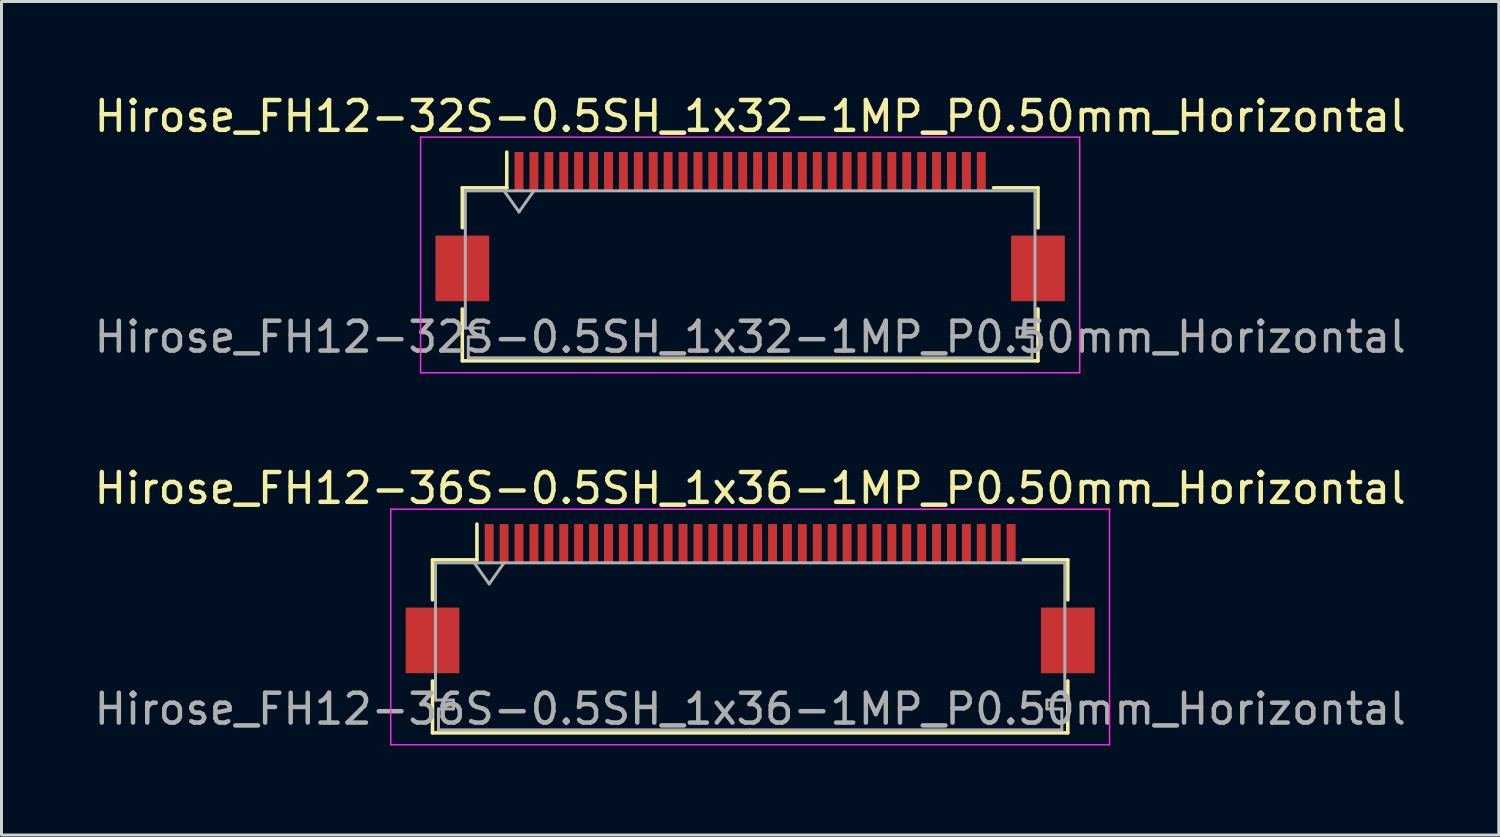
<source format=kicad_pcb>
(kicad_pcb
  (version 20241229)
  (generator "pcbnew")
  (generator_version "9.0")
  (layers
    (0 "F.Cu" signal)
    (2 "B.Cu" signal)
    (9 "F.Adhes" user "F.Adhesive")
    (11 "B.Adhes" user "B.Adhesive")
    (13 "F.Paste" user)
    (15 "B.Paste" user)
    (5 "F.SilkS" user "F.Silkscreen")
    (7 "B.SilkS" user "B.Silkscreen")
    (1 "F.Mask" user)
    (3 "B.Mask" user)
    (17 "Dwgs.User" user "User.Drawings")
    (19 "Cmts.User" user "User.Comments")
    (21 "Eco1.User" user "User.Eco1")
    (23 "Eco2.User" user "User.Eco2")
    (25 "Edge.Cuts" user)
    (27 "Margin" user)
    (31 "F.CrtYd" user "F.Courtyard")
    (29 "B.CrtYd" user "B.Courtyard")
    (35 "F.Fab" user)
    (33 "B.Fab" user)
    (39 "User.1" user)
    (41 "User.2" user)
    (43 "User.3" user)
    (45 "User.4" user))
  (footprint "Hirose_FH12-32S-0.5SH_1x32-1MP_P0.50mm_Horizontal"
    (layer "F.Cu")
    (at 22.101 4.548)
    (property "Reference" "Hirose_FH12-32S-0.5SH_1x32-1MP_P0.50mm_Horizontal" (at 0 -3.7 0) (layer "F.SilkS") (effects (font (size 1 1) (thickness 0.15))))
    (attr smd)
    (fp_line (start -9.65 -1.3) (end -9.65 0.04) (stroke (width 0.12) (type solid)) (layer "F.SilkS"))
    (fp_line (start -9.65 2.76) (end -9.65 4.5) (stroke (width 0.12) (type solid)) (layer "F.SilkS"))
    (fp_line (start -9.65 4.5) (end 9.65 4.5) (stroke (width 0.12) (type solid)) (layer "F.SilkS"))
    (fp_line (start -8.16 -1.3) (end -9.65 -1.3) (stroke (width 0.12) (type solid)) (layer "F.SilkS"))
    (fp_line (start -8.16 -1.3) (end -8.16 -2.5) (stroke (width 0.12) (type solid)) (layer "F.SilkS"))
    (fp_line (start 8.16 -1.3) (end 9.65 -1.3) (stroke (width 0.12) (type solid)) (layer "F.SilkS"))
    (fp_line (start 9.65 -1.3) (end 9.65 0.04) (stroke (width 0.12) (type solid)) (layer "F.SilkS"))
    (fp_line (start 9.65 4.5) (end 9.65 2.76) (stroke (width 0.12) (type solid)) (layer "F.SilkS"))
    (fp_line (start -11.05 -3) (end -11.05 4.9) (stroke (width 0.05) (type solid)) (layer "F.CrtYd"))
    (fp_line (start -11.05 4.9) (end 11.05 4.9) (stroke (width 0.05) (type solid)) (layer "F.CrtYd"))
    (fp_line (start 11.05 -3) (end -11.05 -3) (stroke (width 0.05) (type solid)) (layer "F.CrtYd"))
    (fp_line (start 11.05 4.9) (end 11.05 -3) (stroke (width 0.05) (type solid)) (layer "F.CrtYd"))
    (fp_line (start -9.55 -1.2) (end -9.55 3.4) (stroke (width 0.1) (type solid)) (layer "F.Fab"))
    (fp_line (start -9.55 3.4) (end -8.95 3.4) (stroke (width 0.1) (type solid)) (layer "F.Fab"))
    (fp_line (start -9.45 3.7) (end -9.45 4.4) (stroke (width 0.1) (type solid)) (layer "F.Fab"))
    (fp_line (start -9.45 4.4) (end 0 4.4) (stroke (width 0.1) (type solid)) (layer "F.Fab"))
    (fp_line (start -8.95 3.4) (end -8.95 3.7) (stroke (width 0.1) (type solid)) (layer "F.Fab"))
    (fp_line (start -8.95 3.7) (end -9.45 3.7) (stroke (width 0.1) (type solid)) (layer "F.Fab"))
    (fp_line (start -8.25 -1.2) (end -7.75 -0.493) (stroke (width 0.1) (type solid)) (layer "F.Fab"))
    (fp_line (start -7.75 -0.493) (end -7.25 -1.2) (stroke (width 0.1) (type solid)) (layer "F.Fab"))
    (fp_line (start 0 -1.2) (end -9.55 -1.2) (stroke (width 0.1) (type solid)) (layer "F.Fab"))
    (fp_line (start 0 -1.2) (end 9.55 -1.2) (stroke (width 0.1) (type solid)) (layer "F.Fab"))
    (fp_line (start 8.95 3.4) (end 8.95 3.7) (stroke (width 0.1) (type solid)) (layer "F.Fab"))
    (fp_line (start 8.95 3.7) (end 9.45 3.7) (stroke (width 0.1) (type solid)) (layer "F.Fab"))
    (fp_line (start 9.45 3.7) (end 9.45 4.4) (stroke (width 0.1) (type solid)) (layer "F.Fab"))
    (fp_line (start 9.45 4.4) (end 0 4.4) (stroke (width 0.1) (type solid)) (layer "F.Fab"))
    (fp_line (start 9.55 -1.2) (end 9.55 3.4) (stroke (width 0.1) (type solid)) (layer "F.Fab"))
    (fp_line (start 9.55 3.4) (end 8.95 3.4) (stroke (width 0.1) (type solid)) (layer "F.Fab"))
    (fp_text user "${REFERENCE}" (at 0 3.7 0) (layer "F.Fab") (effects (font (size 1 1) (thickness 0.15))))
    (pad "1" smd rect (at -7.75 -1.85) (size 0.3 1.3) (layers "F.Cu" "F.Mask" "F.Paste"))
    (pad "2" smd rect (at -7.25 -1.85) (size 0.3 1.3) (layers "F.Cu" "F.Mask" "F.Paste"))
    (pad "3" smd rect (at -6.75 -1.85) (size 0.3 1.3) (layers "F.Cu" "F.Mask" "F.Paste"))
    (pad "4" smd rect (at -6.25 -1.85) (size 0.3 1.3) (layers "F.Cu" "F.Mask" "F.Paste"))
    (pad "5" smd rect (at -5.75 -1.85) (size 0.3 1.3) (layers "F.Cu" "F.Mask" "F.Paste"))
    (pad "6" smd rect (at -5.25 -1.85) (size 0.3 1.3) (layers "F.Cu" "F.Mask" "F.Paste"))
    (pad "7" smd rect (at -4.75 -1.85) (size 0.3 1.3) (layers "F.Cu" "F.Mask" "F.Paste"))
    (pad "8" smd rect (at -4.25 -1.85) (size 0.3 1.3) (layers "F.Cu" "F.Mask" "F.Paste"))
    (pad "9" smd rect (at -3.75 -1.85) (size 0.3 1.3) (layers "F.Cu" "F.Mask" "F.Paste"))
    (pad "10" smd rect (at -3.25 -1.85) (size 0.3 1.3) (layers "F.Cu" "F.Mask" "F.Paste"))
    (pad "11" smd rect (at -2.75 -1.85) (size 0.3 1.3) (layers "F.Cu" "F.Mask" "F.Paste"))
    (pad "12" smd rect (at -2.25 -1.85) (size 0.3 1.3) (layers "F.Cu" "F.Mask" "F.Paste"))
    (pad "13" smd rect (at -1.75 -1.85) (size 0.3 1.3) (layers "F.Cu" "F.Mask" "F.Paste"))
    (pad "14" smd rect (at -1.25 -1.85) (size 0.3 1.3) (layers "F.Cu" "F.Mask" "F.Paste"))
    (pad "15" smd rect (at -0.75 -1.85) (size 0.3 1.3) (layers "F.Cu" "F.Mask" "F.Paste"))
    (pad "16" smd rect (at -0.25 -1.85) (size 0.3 1.3) (layers "F.Cu" "F.Mask" "F.Paste"))
    (pad "17" smd rect (at 0.25 -1.85) (size 0.3 1.3) (layers "F.Cu" "F.Mask" "F.Paste"))
    (pad "18" smd rect (at 0.75 -1.85) (size 0.3 1.3) (layers "F.Cu" "F.Mask" "F.Paste"))
    (pad "19" smd rect (at 1.25 -1.85) (size 0.3 1.3) (layers "F.Cu" "F.Mask" "F.Paste"))
    (pad "20" smd rect (at 1.75 -1.85) (size 0.3 1.3) (layers "F.Cu" "F.Mask" "F.Paste"))
    (pad "21" smd rect (at 2.25 -1.85) (size 0.3 1.3) (layers "F.Cu" "F.Mask" "F.Paste"))
    (pad "22" smd rect (at 2.75 -1.85) (size 0.3 1.3) (layers "F.Cu" "F.Mask" "F.Paste"))
    (pad "23" smd rect (at 3.25 -1.85) (size 0.3 1.3) (layers "F.Cu" "F.Mask" "F.Paste"))
    (pad "24" smd rect (at 3.75 -1.85) (size 0.3 1.3) (layers "F.Cu" "F.Mask" "F.Paste"))
    (pad "25" smd rect (at 4.25 -1.85) (size 0.3 1.3) (layers "F.Cu" "F.Mask" "F.Paste"))
    (pad "26" smd rect (at 4.75 -1.85) (size 0.3 1.3) (layers "F.Cu" "F.Mask" "F.Paste"))
    (pad "27" smd rect (at 5.25 -1.85) (size 0.3 1.3) (layers "F.Cu" "F.Mask" "F.Paste"))
    (pad "28" smd rect (at 5.75 -1.85) (size 0.3 1.3) (layers "F.Cu" "F.Mask" "F.Paste"))
    (pad "29" smd rect (at 6.25 -1.85) (size 0.3 1.3) (layers "F.Cu" "F.Mask" "F.Paste"))
    (pad "30" smd rect (at 6.75 -1.85) (size 0.3 1.3) (layers "F.Cu" "F.Mask" "F.Paste"))
    (pad "31" smd rect (at 7.25 -1.85) (size 0.3 1.3) (layers "F.Cu" "F.Mask" "F.Paste"))
    (pad "32" smd rect (at 7.75 -1.85) (size 0.3 1.3) (layers "F.Cu" "F.Mask" "F.Paste"))
    (pad "MP" smd rect (at -9.65 1.4) (size 1.8 2.2) (layers "F.Cu" "F.Mask" "F.Paste"))
    (pad "MP" smd rect (at 9.65 1.4) (size 1.8 2.2) (layers "F.Cu" "F.Mask" "F.Paste")))
  (footprint "Hirose_FH12-36S-0.5SH_1x36-1MP_P0.50mm_Horizontal"
    (layer "F.Cu")
    (at 22.101 17.021)
    (property "Reference" "Hirose_FH12-36S-0.5SH_1x36-1MP_P0.50mm_Horizontal" (at 0 -3.7 0) (layer "F.SilkS") (effects (font (size 1 1) (thickness 0.15))))
    (attr smd)
    (fp_line (start -10.65 -1.3) (end -10.65 0.04) (stroke (width 0.12) (type solid)) (layer "F.SilkS"))
    (fp_line (start -10.65 2.76) (end -10.65 4.5) (stroke (width 0.12) (type solid)) (layer "F.SilkS"))
    (fp_line (start -10.65 4.5) (end 10.65 4.5) (stroke (width 0.12) (type solid)) (layer "F.SilkS"))
    (fp_line (start -9.16 -1.3) (end -10.65 -1.3) (stroke (width 0.12) (type solid)) (layer "F.SilkS"))
    (fp_line (start -9.16 -1.3) (end -9.16 -2.5) (stroke (width 0.12) (type solid)) (layer "F.SilkS"))
    (fp_line (start 9.16 -1.3) (end 10.65 -1.3) (stroke (width 0.12) (type solid)) (layer "F.SilkS"))
    (fp_line (start 10.65 -1.3) (end 10.65 0.04) (stroke (width 0.12) (type solid)) (layer "F.SilkS"))
    (fp_line (start 10.65 4.5) (end 10.65 2.76) (stroke (width 0.12) (type solid)) (layer "F.SilkS"))
    (fp_line (start -12.05 -3) (end -12.05 4.9) (stroke (width 0.05) (type solid)) (layer "F.CrtYd"))
    (fp_line (start -12.05 4.9) (end 12.05 4.9) (stroke (width 0.05) (type solid)) (layer "F.CrtYd"))
    (fp_line (start 12.05 -3) (end -12.05 -3) (stroke (width 0.05) (type solid)) (layer "F.CrtYd"))
    (fp_line (start 12.05 4.9) (end 12.05 -3) (stroke (width 0.05) (type solid)) (layer "F.CrtYd"))
    (fp_line (start -10.55 -1.2) (end -10.55 3.4) (stroke (width 0.1) (type solid)) (layer "F.Fab"))
    (fp_line (start -10.55 3.4) (end -9.95 3.4) (stroke (width 0.1) (type solid)) (layer "F.Fab"))
    (fp_line (start -10.45 3.7) (end -10.45 4.4) (stroke (width 0.1) (type solid)) (layer "F.Fab"))
    (fp_line (start -10.45 4.4) (end 0 4.4) (stroke (width 0.1) (type solid)) (layer "F.Fab"))
    (fp_line (start -9.95 3.4) (end -9.95 3.7) (stroke (width 0.1) (type solid)) (layer "F.Fab"))
    (fp_line (start -9.95 3.7) (end -10.45 3.7) (stroke (width 0.1) (type solid)) (layer "F.Fab"))
    (fp_line (start -9.25 -1.2) (end -8.75 -0.493) (stroke (width 0.1) (type solid)) (layer "F.Fab"))
    (fp_line (start -8.75 -0.493) (end -8.25 -1.2) (stroke (width 0.1) (type solid)) (layer "F.Fab"))
    (fp_line (start 0 -1.2) (end -10.55 -1.2) (stroke (width 0.1) (type solid)) (layer "F.Fab"))
    (fp_line (start 0 -1.2) (end 10.55 -1.2) (stroke (width 0.1) (type solid)) (layer "F.Fab"))
    (fp_line (start 9.95 3.4) (end 9.95 3.7) (stroke (width 0.1) (type solid)) (layer "F.Fab"))
    (fp_line (start 9.95 3.7) (end 10.45 3.7) (stroke (width 0.1) (type solid)) (layer "F.Fab"))
    (fp_line (start 10.45 3.7) (end 10.45 4.4) (stroke (width 0.1) (type solid)) (layer "F.Fab"))
    (fp_line (start 10.45 4.4) (end 0 4.4) (stroke (width 0.1) (type solid)) (layer "F.Fab"))
    (fp_line (start 10.55 -1.2) (end 10.55 3.4) (stroke (width 0.1) (type solid)) (layer "F.Fab"))
    (fp_line (start 10.55 3.4) (end 9.95 3.4) (stroke (width 0.1) (type solid)) (layer "F.Fab"))
    (fp_text user "${REFERENCE}" (at 0 3.7 0) (layer "F.Fab") (effects (font (size 1 1) (thickness 0.15))))
    (pad "1" smd rect (at -8.75 -1.85) (size 0.3 1.3) (layers "F.Cu" "F.Mask" "F.Paste"))
    (pad "2" smd rect (at -8.25 -1.85) (size 0.3 1.3) (layers "F.Cu" "F.Mask" "F.Paste"))
    (pad "3" smd rect (at -7.75 -1.85) (size 0.3 1.3) (layers "F.Cu" "F.Mask" "F.Paste"))
    (pad "4" smd rect (at -7.25 -1.85) (size 0.3 1.3) (layers "F.Cu" "F.Mask" "F.Paste"))
    (pad "5" smd rect (at -6.75 -1.85) (size 0.3 1.3) (layers "F.Cu" "F.Mask" "F.Paste"))
    (pad "6" smd rect (at -6.25 -1.85) (size 0.3 1.3) (layers "F.Cu" "F.Mask" "F.Paste"))
    (pad "7" smd rect (at -5.75 -1.85) (size 0.3 1.3) (layers "F.Cu" "F.Mask" "F.Paste"))
    (pad "8" smd rect (at -5.25 -1.85) (size 0.3 1.3) (layers "F.Cu" "F.Mask" "F.Paste"))
    (pad "9" smd rect (at -4.75 -1.85) (size 0.3 1.3) (layers "F.Cu" "F.Mask" "F.Paste"))
    (pad "10" smd rect (at -4.25 -1.85) (size 0.3 1.3) (layers "F.Cu" "F.Mask" "F.Paste"))
    (pad "11" smd rect (at -3.75 -1.85) (size 0.3 1.3) (layers "F.Cu" "F.Mask" "F.Paste"))
    (pad "12" smd rect (at -3.25 -1.85) (size 0.3 1.3) (layers "F.Cu" "F.Mask" "F.Paste"))
    (pad "13" smd rect (at -2.75 -1.85) (size 0.3 1.3) (layers "F.Cu" "F.Mask" "F.Paste"))
    (pad "14" smd rect (at -2.25 -1.85) (size 0.3 1.3) (layers "F.Cu" "F.Mask" "F.Paste"))
    (pad "15" smd rect (at -1.75 -1.85) (size 0.3 1.3) (layers "F.Cu" "F.Mask" "F.Paste"))
    (pad "16" smd rect (at -1.25 -1.85) (size 0.3 1.3) (layers "F.Cu" "F.Mask" "F.Paste"))
    (pad "17" smd rect (at -0.75 -1.85) (size 0.3 1.3) (layers "F.Cu" "F.Mask" "F.Paste"))
    (pad "18" smd rect (at -0.25 -1.85) (size 0.3 1.3) (layers "F.Cu" "F.Mask" "F.Paste"))
    (pad "19" smd rect (at 0.25 -1.85) (size 0.3 1.3) (layers "F.Cu" "F.Mask" "F.Paste"))
    (pad "20" smd rect (at 0.75 -1.85) (size 0.3 1.3) (layers "F.Cu" "F.Mask" "F.Paste"))
    (pad "21" smd rect (at 1.25 -1.85) (size 0.3 1.3) (layers "F.Cu" "F.Mask" "F.Paste"))
    (pad "22" smd rect (at 1.75 -1.85) (size 0.3 1.3) (layers "F.Cu" "F.Mask" "F.Paste"))
    (pad "23" smd rect (at 2.25 -1.85) (size 0.3 1.3) (layers "F.Cu" "F.Mask" "F.Paste"))
    (pad "24" smd rect (at 2.75 -1.85) (size 0.3 1.3) (layers "F.Cu" "F.Mask" "F.Paste"))
    (pad "25" smd rect (at 3.25 -1.85) (size 0.3 1.3) (layers "F.Cu" "F.Mask" "F.Paste"))
    (pad "26" smd rect (at 3.75 -1.85) (size 0.3 1.3) (layers "F.Cu" "F.Mask" "F.Paste"))
    (pad "27" smd rect (at 4.25 -1.85) (size 0.3 1.3) (layers "F.Cu" "F.Mask" "F.Paste"))
    (pad "28" smd rect (at 4.75 -1.85) (size 0.3 1.3) (layers "F.Cu" "F.Mask" "F.Paste"))
    (pad "29" smd rect (at 5.25 -1.85) (size 0.3 1.3) (layers "F.Cu" "F.Mask" "F.Paste"))
    (pad "30" smd rect (at 5.75 -1.85) (size 0.3 1.3) (layers "F.Cu" "F.Mask" "F.Paste"))
    (pad "31" smd rect (at 6.25 -1.85) (size 0.3 1.3) (layers "F.Cu" "F.Mask" "F.Paste"))
    (pad "32" smd rect (at 6.75 -1.85) (size 0.3 1.3) (layers "F.Cu" "F.Mask" "F.Paste"))
    (pad "33" smd rect (at 7.25 -1.85) (size 0.3 1.3) (layers "F.Cu" "F.Mask" "F.Paste"))
    (pad "34" smd rect (at 7.75 -1.85) (size 0.3 1.3) (layers "F.Cu" "F.Mask" "F.Paste"))
    (pad "35" smd rect (at 8.25 -1.85) (size 0.3 1.3) (layers "F.Cu" "F.Mask" "F.Paste"))
    (pad "36" smd rect (at 8.75 -1.85) (size 0.3 1.3) (layers "F.Cu" "F.Mask" "F.Paste"))
    (pad "MP" smd rect (at -10.65 1.4) (size 1.8 2.2) (layers "F.Cu" "F.Mask" "F.Paste"))
    (pad "MP" smd rect (at 10.65 1.4) (size 1.8 2.2) (layers "F.Cu" "F.Mask" "F.Paste")))
  (gr_rect
    (start -3 -3)
    (end 47.202 24.947)
    (stroke (width 0.1) (type default))
    (fill no)
    (layer "Edge.Cuts")))
</source>
